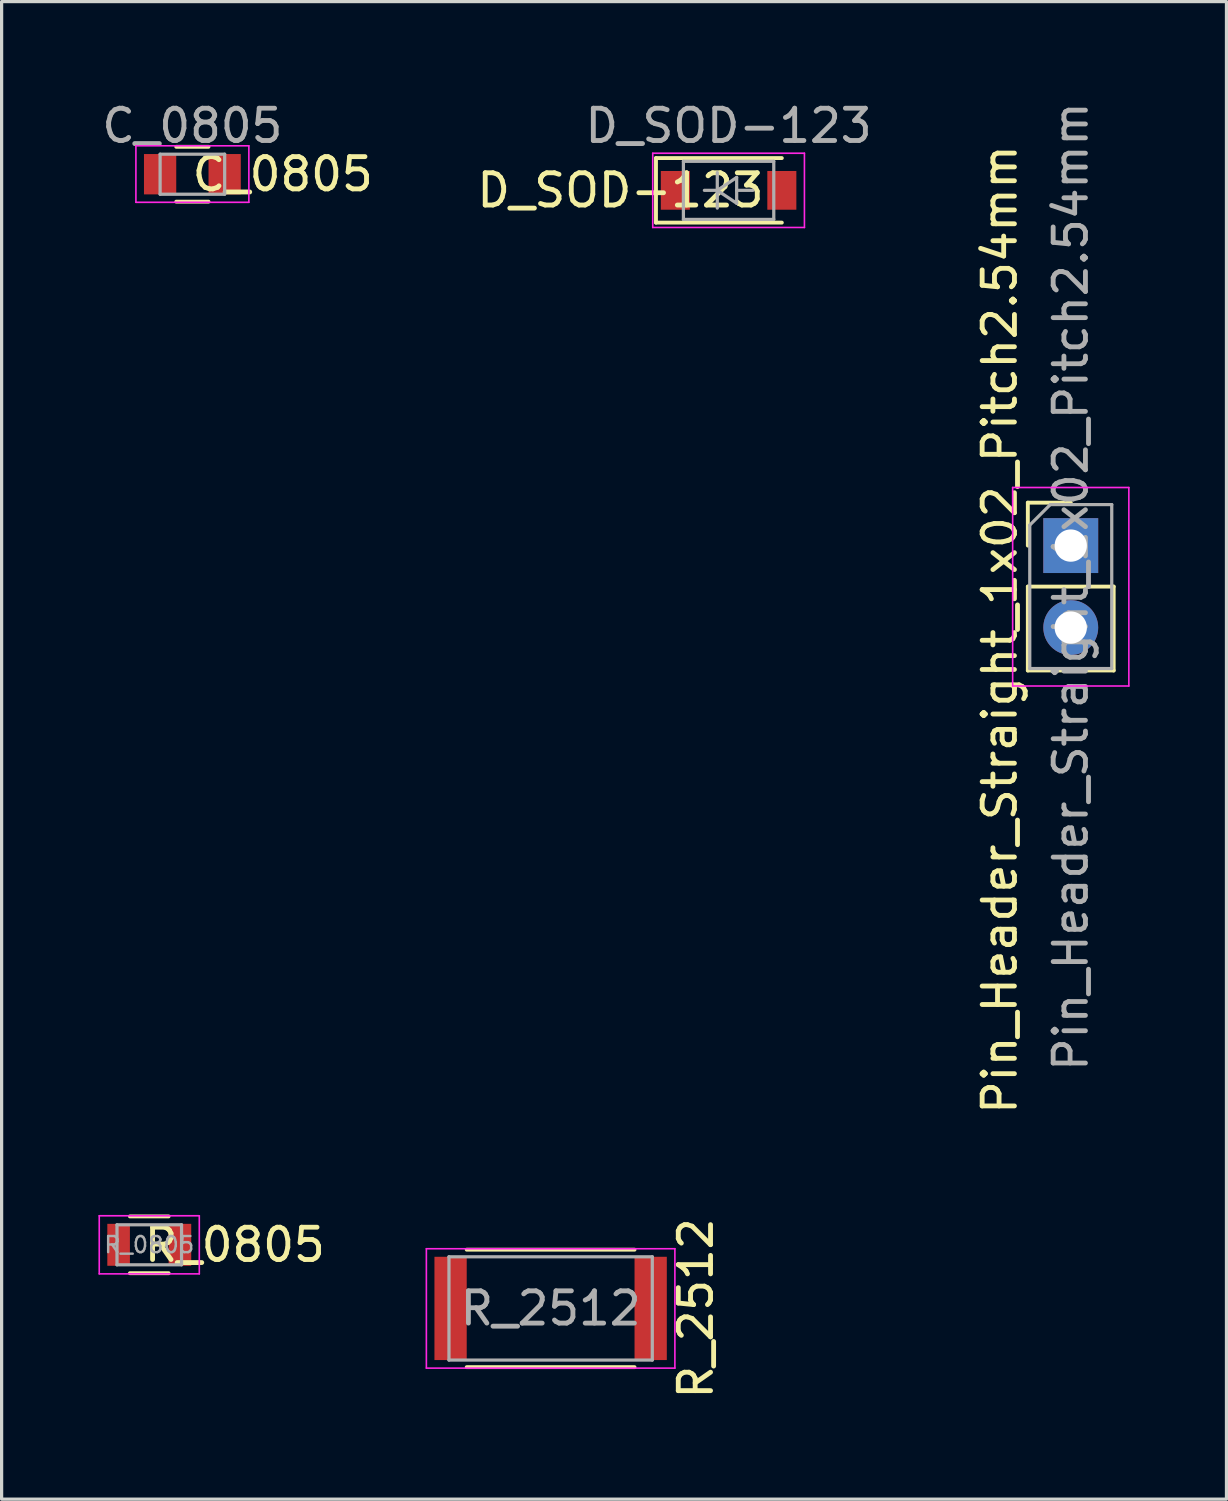
<source format=kicad_pcb>
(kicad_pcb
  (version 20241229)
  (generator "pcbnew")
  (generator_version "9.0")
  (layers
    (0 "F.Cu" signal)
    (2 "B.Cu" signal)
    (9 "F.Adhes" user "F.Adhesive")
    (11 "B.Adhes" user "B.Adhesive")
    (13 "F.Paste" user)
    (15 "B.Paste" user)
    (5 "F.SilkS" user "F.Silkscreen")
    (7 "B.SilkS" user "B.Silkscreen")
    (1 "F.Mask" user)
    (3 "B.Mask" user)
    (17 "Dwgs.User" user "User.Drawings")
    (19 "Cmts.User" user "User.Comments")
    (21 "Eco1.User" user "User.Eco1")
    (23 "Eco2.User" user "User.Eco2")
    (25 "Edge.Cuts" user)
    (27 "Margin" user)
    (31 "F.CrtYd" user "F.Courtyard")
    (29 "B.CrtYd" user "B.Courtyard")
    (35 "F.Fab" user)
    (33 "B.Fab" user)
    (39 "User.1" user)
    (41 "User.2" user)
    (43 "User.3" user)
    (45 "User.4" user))
  (footprint "R_0805"
    (layer "F.Cu")
    (at 1.575 35.52)
    (property "Reference" "R_0805" (at 2.65 0 0) (layer "F.SilkS") (effects (font (size 1 1) (thickness 0.15))))
    (attr smd)
    (fp_line (start -0.6 -0.88) (end 0.6 -0.88) (stroke (width 0.12) (type solid)) (layer "F.SilkS"))
    (fp_line (start 0.6 0.88) (end -0.6 0.88) (stroke (width 0.12) (type solid)) (layer "F.SilkS"))
    (fp_line (start -1.55 -0.9) (end -1.55 0.9) (stroke (width 0.05) (type solid)) (layer "F.CrtYd"))
    (fp_line (start -1.55 -0.9) (end 1.55 -0.9) (stroke (width 0.05) (type solid)) (layer "F.CrtYd"))
    (fp_line (start 1.55 0.9) (end -1.55 0.9) (stroke (width 0.05) (type solid)) (layer "F.CrtYd"))
    (fp_line (start 1.55 0.9) (end 1.55 -0.9) (stroke (width 0.05) (type solid)) (layer "F.CrtYd"))
    (fp_line (start -1 -0.62) (end 1 -0.62) (stroke (width 0.1) (type solid)) (layer "F.Fab"))
    (fp_line (start -1 0.62) (end -1 -0.62) (stroke (width 0.1) (type solid)) (layer "F.Fab"))
    (fp_line (start 1 -0.62) (end 1 0.62) (stroke (width 0.1) (type solid)) (layer "F.Fab"))
    (fp_line (start 1 0.62) (end -1 0.62) (stroke (width 0.1) (type solid)) (layer "F.Fab"))
    (fp_text user "${REFERENCE}" (at 0 0 0) (layer "F.Fab") (effects (font (size 0.5 0.5) (thickness 0.075))))
    (pad "1" smd rect (at -0.95 0) (size 0.7 1.3) (layers "F.Cu" "F.Mask" "F.Paste"))
    (pad "2" smd rect (at 0.95 0) (size 0.7 1.3) (layers "F.Cu" "F.Mask" "F.Paste")))
  (footprint "D_SOD-123"
    (layer "F.Cu")
    (at 19.525 2.848)
    (property "Reference" "D_SOD-123" (at -3.35 0 0) (layer "F.SilkS") (effects (font (size 1 1) (thickness 0.15))))
    (attr smd)
    (fp_line (start -2.25 -1) (end -2.25 1) (stroke (width 0.12) (type solid)) (layer "F.SilkS"))
    (fp_line (start -2.25 -1) (end 1.65 -1) (stroke (width 0.12) (type solid)) (layer "F.SilkS"))
    (fp_line (start -2.25 1) (end 1.65 1) (stroke (width 0.12) (type solid)) (layer "F.SilkS"))
    (fp_line (start -2.35 -1.15) (end -2.35 1.15) (stroke (width 0.05) (type solid)) (layer "F.CrtYd"))
    (fp_line (start -2.35 -1.15) (end 2.35 -1.15) (stroke (width 0.05) (type solid)) (layer "F.CrtYd"))
    (fp_line (start 2.35 -1.15) (end 2.35 1.15) (stroke (width 0.05) (type solid)) (layer "F.CrtYd"))
    (fp_line (start 2.35 1.15) (end -2.35 1.15) (stroke (width 0.05) (type solid)) (layer "F.CrtYd"))
    (fp_line (start -1.4 -0.9) (end 1.4 -0.9) (stroke (width 0.1) (type solid)) (layer "F.Fab"))
    (fp_line (start -1.4 0.9) (end -1.4 -0.9) (stroke (width 0.1) (type solid)) (layer "F.Fab"))
    (fp_line (start -0.75 0) (end -0.35 0) (stroke (width 0.1) (type solid)) (layer "F.Fab"))
    (fp_line (start -0.35 0) (end -0.35 -0.55) (stroke (width 0.1) (type solid)) (layer "F.Fab"))
    (fp_line (start -0.35 0) (end -0.35 0.55) (stroke (width 0.1) (type solid)) (layer "F.Fab"))
    (fp_line (start -0.35 0) (end 0.25 -0.4) (stroke (width 0.1) (type solid)) (layer "F.Fab"))
    (fp_line (start 0.25 -0.4) (end 0.25 0.4) (stroke (width 0.1) (type solid)) (layer "F.Fab"))
    (fp_line (start 0.25 0) (end 0.75 0) (stroke (width 0.1) (type solid)) (layer "F.Fab"))
    (fp_line (start 0.25 0.4) (end -0.35 0) (stroke (width 0.1) (type solid)) (layer "F.Fab"))
    (fp_line (start 1.4 -0.9) (end 1.4 0.9) (stroke (width 0.1) (type solid)) (layer "F.Fab"))
    (fp_line (start 1.4 0.9) (end -1.4 0.9) (stroke (width 0.1) (type solid)) (layer "F.Fab"))
    (fp_text user "${REFERENCE}" (at 0 -2 0) (layer "F.Fab") (effects (font (size 1 1) (thickness 0.15))))
    (pad "1" smd rect (at -1.65 0) (size 0.9 1.2) (layers "F.Cu" "F.Mask" "F.Paste"))
    (pad "2" smd rect (at 1.65 0) (size 0.9 1.2) (layers "F.Cu" "F.Mask" "F.Paste")))
  (footprint "C_0805"
    (layer "F.Cu")
    (at 2.911 2.348)
    (property "Reference" "C_0805" (at 2.8 0 0) (layer "F.SilkS") (effects (font (size 1 1) (thickness 0.15))))
    (attr smd)
    (fp_line (start -0.5 0.85) (end 0.5 0.85) (stroke (width 0.12) (type solid)) (layer "F.SilkS"))
    (fp_line (start 0.5 -0.85) (end -0.5 -0.85) (stroke (width 0.12) (type solid)) (layer "F.SilkS"))
    (fp_line (start -1.75 -0.88) (end -1.75 0.87) (stroke (width 0.05) (type solid)) (layer "F.CrtYd"))
    (fp_line (start -1.75 -0.88) (end 1.75 -0.88) (stroke (width 0.05) (type solid)) (layer "F.CrtYd"))
    (fp_line (start 1.75 0.87) (end -1.75 0.87) (stroke (width 0.05) (type solid)) (layer "F.CrtYd"))
    (fp_line (start 1.75 0.87) (end 1.75 -0.88) (stroke (width 0.05) (type solid)) (layer "F.CrtYd"))
    (fp_line (start -1 -0.62) (end 1 -0.62) (stroke (width 0.1) (type solid)) (layer "F.Fab"))
    (fp_line (start -1 0.62) (end -1 -0.62) (stroke (width 0.1) (type solid)) (layer "F.Fab"))
    (fp_line (start 1 -0.62) (end 1 0.62) (stroke (width 0.1) (type solid)) (layer "F.Fab"))
    (fp_line (start 1 0.62) (end -1 0.62) (stroke (width 0.1) (type solid)) (layer "F.Fab"))
    (fp_text user "${REFERENCE}" (at 0 -1.5 0) (layer "F.Fab") (effects (font (size 1 1) (thickness 0.15))))
    (pad "1" smd rect (at -1 0) (size 1 1.25) (layers "F.Cu" "F.Mask" "F.Paste"))
    (pad "2" smd rect (at 1 0) (size 1 1.25) (layers "F.Cu" "F.Mask" "F.Paste")))
  (footprint "Pin_Header_Straight_1x02_Pitch2.54mm"
    (layer "F.Cu")
    (at 30.127 13.855)
    (property "Reference" "Pin_Header_Straight_1x02_Pitch2.54mm" (at -2.2 2.6 270) (layer "F.SilkS") (effects (font (size 1 1) (thickness 0.15))))
    (attr through_hole)
    (fp_line (start -1.33 -1.33) (end 0 -1.33) (stroke (width 0.12) (type solid)) (layer "F.SilkS"))
    (fp_line (start -1.33 0) (end -1.33 -1.33) (stroke (width 0.12) (type solid)) (layer "F.SilkS"))
    (fp_line (start -1.33 1.27) (end -1.33 3.87) (stroke (width 0.12) (type solid)) (layer "F.SilkS"))
    (fp_line (start -1.33 1.27) (end 1.33 1.27) (stroke (width 0.12) (type solid)) (layer "F.SilkS"))
    (fp_line (start -1.33 3.87) (end 1.33 3.87) (stroke (width 0.12) (type solid)) (layer "F.SilkS"))
    (fp_line (start 1.33 1.27) (end 1.33 3.87) (stroke (width 0.12) (type solid)) (layer "F.SilkS"))
    (fp_line (start -1.8 -1.8) (end -1.8 4.35) (stroke (width 0.05) (type solid)) (layer "F.CrtYd"))
    (fp_line (start -1.8 4.35) (end 1.8 4.35) (stroke (width 0.05) (type solid)) (layer "F.CrtYd"))
    (fp_line (start 1.8 -1.8) (end -1.8 -1.8) (stroke (width 0.05) (type solid)) (layer "F.CrtYd"))
    (fp_line (start 1.8 4.35) (end 1.8 -1.8) (stroke (width 0.05) (type solid)) (layer "F.CrtYd"))
    (fp_line (start -1.27 -0.635) (end -0.635 -1.27) (stroke (width 0.1) (type solid)) (layer "F.Fab"))
    (fp_line (start -1.27 3.81) (end -1.27 -0.635) (stroke (width 0.1) (type solid)) (layer "F.Fab"))
    (fp_line (start -0.635 -1.27) (end 1.27 -1.27) (stroke (width 0.1) (type solid)) (layer "F.Fab"))
    (fp_line (start 1.27 -1.27) (end 1.27 3.81) (stroke (width 0.1) (type solid)) (layer "F.Fab"))
    (fp_line (start 1.27 3.81) (end -1.27 3.81) (stroke (width 0.1) (type solid)) (layer "F.Fab"))
    (fp_text user "${REFERENCE}" (at 0 1.27 90) (layer "F.Fab") (effects (font (size 1 1) (thickness 0.15))))
    (pad "1" thru_hole rect (at 0 0) (size 1.7 1.7) (drill 1) (layers "*.Cu" "*.Mask"))
    (pad "2" thru_hole oval (at 0 2.54) (size 1.7 1.7) (drill 1) (layers "*.Cu" "*.Mask")))
  (footprint "R_2512"
    (layer "F.Cu")
    (at 14.011 37.491)
    (property "Reference" "R_2512" (at 4.5 0 90) (layer "F.SilkS") (effects (font (size 1 1) (thickness 0.15))))
    (attr smd)
    (fp_line (start -2.6 -1.82) (end 2.6 -1.82) (stroke (width 0.12) (type solid)) (layer "F.SilkS"))
    (fp_line (start 2.6 1.82) (end -2.6 1.82) (stroke (width 0.12) (type solid)) (layer "F.SilkS"))
    (fp_line (start -3.85 -1.85) (end -3.85 1.85) (stroke (width 0.05) (type solid)) (layer "F.CrtYd"))
    (fp_line (start -3.85 -1.85) (end 3.85 -1.85) (stroke (width 0.05) (type solid)) (layer "F.CrtYd"))
    (fp_line (start 3.85 1.85) (end -3.85 1.85) (stroke (width 0.05) (type solid)) (layer "F.CrtYd"))
    (fp_line (start 3.85 1.85) (end 3.85 -1.85) (stroke (width 0.05) (type solid)) (layer "F.CrtYd"))
    (fp_line (start -3.15 -1.6) (end 3.15 -1.6) (stroke (width 0.1) (type solid)) (layer "F.Fab"))
    (fp_line (start -3.15 1.6) (end -3.15 -1.6) (stroke (width 0.1) (type solid)) (layer "F.Fab"))
    (fp_line (start 3.15 -1.6) (end 3.15 1.6) (stroke (width 0.1) (type solid)) (layer "F.Fab"))
    (fp_line (start 3.15 1.6) (end -3.15 1.6) (stroke (width 0.1) (type solid)) (layer "F.Fab"))
    (fp_text user "${REFERENCE}" (at 0 0 0) (layer "F.Fab") (effects (font (size 1 1) (thickness 0.15))))
    (pad "1" smd rect (at -3.1 0) (size 1 3.2) (layers "F.Cu" "F.Mask" "F.Paste"))
    (pad "2" smd rect (at 3.1 0) (size 1 3.2) (layers "F.Cu" "F.Mask" "F.Paste")))
  (gr_rect
    (start -3 -3)
    (end 34.952 43.401)
    (stroke (width 0.1) (type default))
    (fill no)
    (layer "Edge.Cuts")))
</source>
